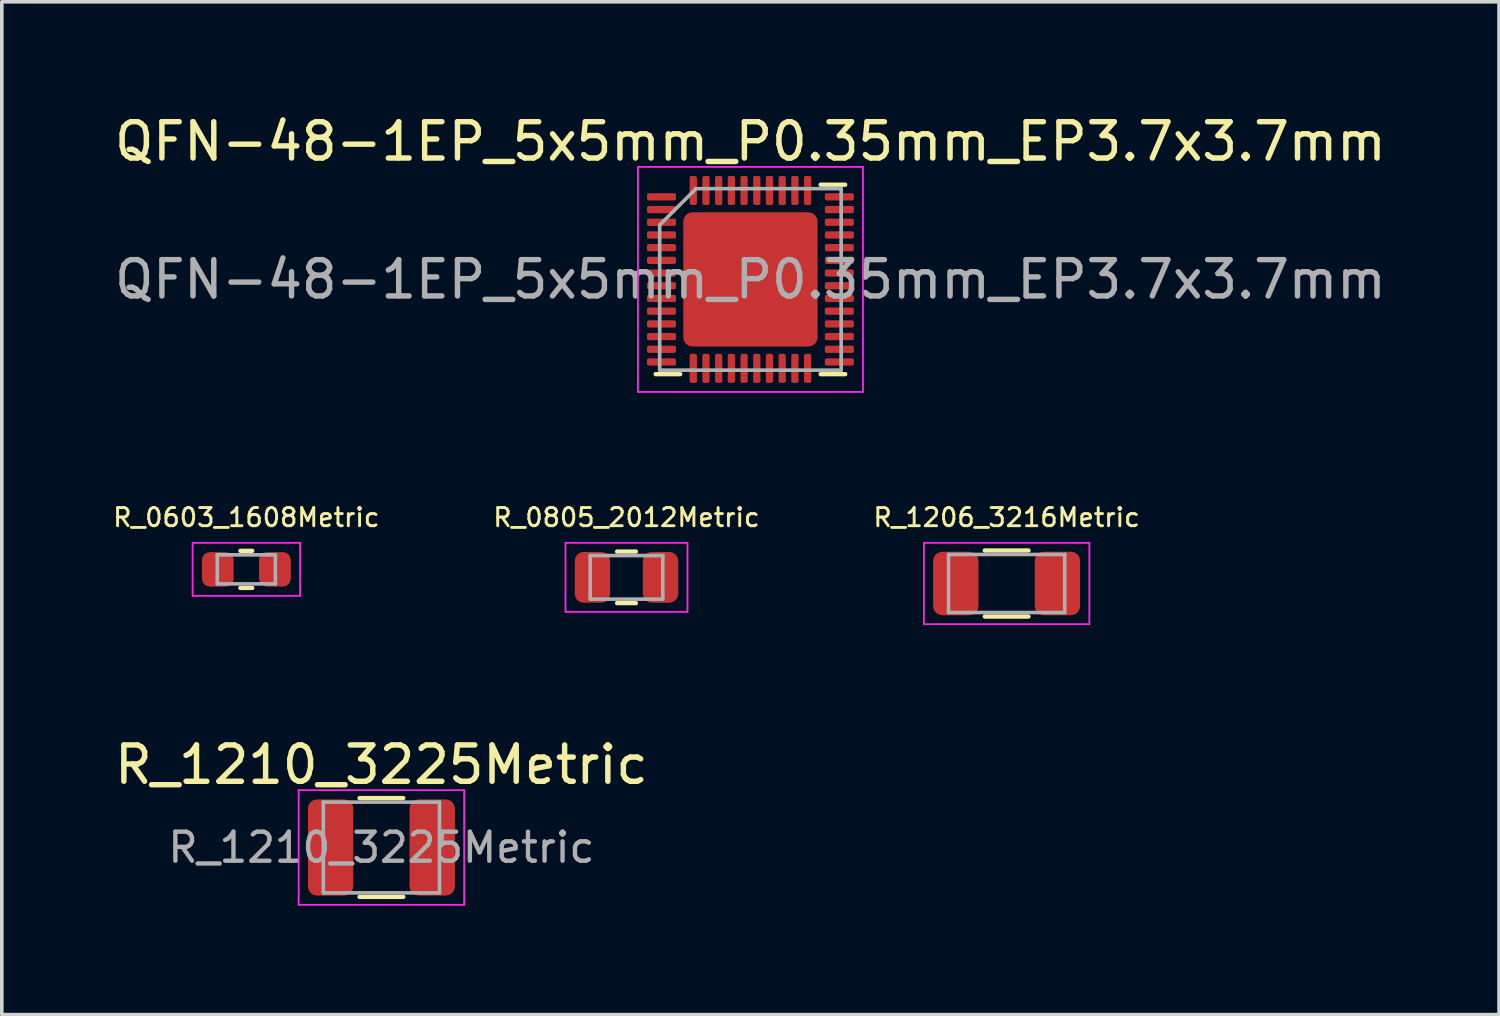
<source format=kicad_pcb>
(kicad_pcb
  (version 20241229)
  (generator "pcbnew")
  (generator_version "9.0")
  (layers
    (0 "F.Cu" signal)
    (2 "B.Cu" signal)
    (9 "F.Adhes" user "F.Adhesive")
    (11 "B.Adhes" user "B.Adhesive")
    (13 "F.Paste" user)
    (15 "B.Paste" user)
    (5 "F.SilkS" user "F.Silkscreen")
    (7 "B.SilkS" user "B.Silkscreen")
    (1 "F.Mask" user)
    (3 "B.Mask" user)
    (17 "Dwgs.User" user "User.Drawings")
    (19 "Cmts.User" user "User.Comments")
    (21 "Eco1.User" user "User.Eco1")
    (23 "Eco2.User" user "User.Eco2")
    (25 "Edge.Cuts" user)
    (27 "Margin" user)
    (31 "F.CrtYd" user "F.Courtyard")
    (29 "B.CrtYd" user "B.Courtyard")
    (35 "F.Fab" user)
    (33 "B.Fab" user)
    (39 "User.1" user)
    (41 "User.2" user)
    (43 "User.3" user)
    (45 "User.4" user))
  (footprint "QFN-48-1EP_5x5mm_P0.35mm_EP3.7x3.7mm"
    (layer "F.Cu")
    (at 17.625 4.648)
    (property "Reference" "QFN-48-1EP_5x5mm_P0.35mm_EP3.7x3.7mm" (at 0 -3.8 0) (layer "F.SilkS") (effects (font (size 1 1) (thickness 0.15))))
    (attr smd)
    (fp_line (start -1.935 2.61) (end -2.61 2.61) (stroke (width 0.12) (type solid)) (layer "F.SilkS"))
    (fp_line (start 1.935 -2.61) (end 2.61 -2.61) (stroke (width 0.12) (type solid)) (layer "F.SilkS"))
    (fp_line (start 1.935 2.61) (end 2.61 2.61) (stroke (width 0.12) (type solid)) (layer "F.SilkS"))
    (fp_line (start -3.1 -3.1) (end -3.1 3.1) (stroke (width 0.05) (type solid)) (layer "F.CrtYd"))
    (fp_line (start -3.1 3.1) (end 3.1 3.1) (stroke (width 0.05) (type solid)) (layer "F.CrtYd"))
    (fp_line (start 3.1 -3.1) (end -3.1 -3.1) (stroke (width 0.05) (type solid)) (layer "F.CrtYd"))
    (fp_line (start 3.1 3.1) (end 3.1 -3.1) (stroke (width 0.05) (type solid)) (layer "F.CrtYd"))
    (fp_line (start -2.5 -1.5) (end -1.5 -2.5) (stroke (width 0.1) (type solid)) (layer "F.Fab"))
    (fp_line (start -2.5 2.5) (end -2.5 -1.5) (stroke (width 0.1) (type solid)) (layer "F.Fab"))
    (fp_line (start -1.5 -2.5) (end 2.5 -2.5) (stroke (width 0.1) (type solid)) (layer "F.Fab"))
    (fp_line (start 2.5 -2.5) (end 2.5 2.5) (stroke (width 0.1) (type solid)) (layer "F.Fab"))
    (fp_line (start 2.5 2.5) (end -2.5 2.5) (stroke (width 0.1) (type solid)) (layer "F.Fab"))
    (fp_text user "${REFERENCE}" (at 0 0 0) (layer "F.Fab") (effects (font (size 1 1) (thickness 0.15))))
    (pad "" smd roundrect (at -1.23 -1.23) (size 0.99 0.99) (layers "F.Paste") (roundrect_rratio 0.25))
    (pad "" smd roundrect (at -1.23 0) (size 0.99 0.99) (layers "F.Paste") (roundrect_rratio 0.25))
    (pad "" smd roundrect (at -1.23 1.23) (size 0.99 0.99) (layers "F.Paste") (roundrect_rratio 0.25))
    (pad "" smd roundrect (at 0 -1.23) (size 0.99 0.99) (layers "F.Paste") (roundrect_rratio 0.25))
    (pad "" smd roundrect (at 0 0) (size 0.99 0.99) (layers "F.Paste") (roundrect_rratio 0.25))
    (pad "" smd roundrect (at 0 1.23) (size 0.99 0.99) (layers "F.Paste") (roundrect_rratio 0.25))
    (pad "" smd roundrect (at 1.23 -1.23) (size 0.99 0.99) (layers "F.Paste") (roundrect_rratio 0.25))
    (pad "" smd roundrect (at 1.23 0) (size 0.99 0.99) (layers "F.Paste") (roundrect_rratio 0.25))
    (pad "" smd roundrect (at 1.23 1.23) (size 0.99 0.99) (layers "F.Paste") (roundrect_rratio 0.25))
    (pad "0" smd roundrect (at 0 0) (size 3.7 3.7) (layers "F.Cu" "F.Mask") (roundrect_rratio 0.068))
    (pad "1" smd roundrect (at -2.45 -2.275) (size 0.8 0.2) (layers "F.Cu" "F.Mask" "F.Paste") (roundrect_rratio 0.25))
    (pad "2" smd roundrect (at -2.45 -1.925) (size 0.8 0.2) (layers "F.Cu" "F.Mask" "F.Paste") (roundrect_rratio 0.25))
    (pad "3" smd roundrect (at -2.45 -1.575) (size 0.8 0.2) (layers "F.Cu" "F.Mask" "F.Paste") (roundrect_rratio 0.25))
    (pad "4" smd roundrect (at -2.45 -1.225) (size 0.8 0.2) (layers "F.Cu" "F.Mask" "F.Paste") (roundrect_rratio 0.25))
    (pad "5" smd roundrect (at -2.45 -0.875) (size 0.8 0.2) (layers "F.Cu" "F.Mask" "F.Paste") (roundrect_rratio 0.25))
    (pad "6" smd roundrect (at -2.45 -0.525) (size 0.8 0.2) (layers "F.Cu" "F.Mask" "F.Paste") (roundrect_rratio 0.25))
    (pad "7" smd roundrect (at -2.45 -0.175) (size 0.8 0.2) (layers "F.Cu" "F.Mask" "F.Paste") (roundrect_rratio 0.25))
    (pad "8" smd roundrect (at -2.45 0.175) (size 0.8 0.2) (layers "F.Cu" "F.Mask" "F.Paste") (roundrect_rratio 0.25))
    (pad "9" smd roundrect (at -2.45 0.525) (size 0.8 0.2) (layers "F.Cu" "F.Mask" "F.Paste") (roundrect_rratio 0.25))
    (pad "10" smd roundrect (at -2.45 0.875) (size 0.8 0.2) (layers "F.Cu" "F.Mask" "F.Paste") (roundrect_rratio 0.25))
    (pad "11" smd roundrect (at -2.45 1.225) (size 0.8 0.2) (layers "F.Cu" "F.Mask" "F.Paste") (roundrect_rratio 0.25))
    (pad "12" smd roundrect (at -2.45 1.575) (size 0.8 0.2) (layers "F.Cu" "F.Mask" "F.Paste") (roundrect_rratio 0.25))
    (pad "13" smd roundrect (at -2.45 1.925) (size 0.8 0.2) (layers "F.Cu" "F.Mask" "F.Paste") (roundrect_rratio 0.25))
    (pad "14" smd roundrect (at -2.45 2.275) (size 0.8 0.2) (layers "F.Cu" "F.Mask" "F.Paste") (roundrect_rratio 0.25))
    (pad "15" smd roundrect (at -1.575 2.45) (size 0.2 0.8) (layers "F.Cu" "F.Mask" "F.Paste") (roundrect_rratio 0.25))
    (pad "16" smd roundrect (at -1.225 2.45) (size 0.2 0.8) (layers "F.Cu" "F.Mask" "F.Paste") (roundrect_rratio 0.25))
    (pad "17" smd roundrect (at -0.875 2.45) (size 0.2 0.8) (layers "F.Cu" "F.Mask" "F.Paste") (roundrect_rratio 0.25))
    (pad "18" smd roundrect (at -0.525 2.45) (size 0.2 0.8) (layers "F.Cu" "F.Mask" "F.Paste") (roundrect_rratio 0.25))
    (pad "19" smd roundrect (at -0.175 2.45) (size 0.2 0.8) (layers "F.Cu" "F.Mask" "F.Paste") (roundrect_rratio 0.25))
    (pad "20" smd roundrect (at 0.175 2.45) (size 0.2 0.8) (layers "F.Cu" "F.Mask" "F.Paste") (roundrect_rratio 0.25))
    (pad "21" smd roundrect (at 0.525 2.45) (size 0.2 0.8) (layers "F.Cu" "F.Mask" "F.Paste") (roundrect_rratio 0.25))
    (pad "22" smd roundrect (at 0.875 2.45) (size 0.2 0.8) (layers "F.Cu" "F.Mask" "F.Paste") (roundrect_rratio 0.25))
    (pad "23" smd roundrect (at 1.225 2.45) (size 0.2 0.8) (layers "F.Cu" "F.Mask" "F.Paste") (roundrect_rratio 0.25))
    (pad "24" smd roundrect (at 1.575 2.45) (size 0.2 0.8) (layers "F.Cu" "F.Mask" "F.Paste") (roundrect_rratio 0.25))
    (pad "25" smd roundrect (at 2.45 2.275) (size 0.8 0.2) (layers "F.Cu" "F.Mask" "F.Paste") (roundrect_rratio 0.25))
    (pad "26" smd roundrect (at 2.45 1.925) (size 0.8 0.2) (layers "F.Cu" "F.Mask" "F.Paste") (roundrect_rratio 0.25))
    (pad "27" smd roundrect (at 2.45 1.575) (size 0.8 0.2) (layers "F.Cu" "F.Mask" "F.Paste") (roundrect_rratio 0.25))
    (pad "28" smd roundrect (at 2.45 1.225) (size 0.8 0.2) (layers "F.Cu" "F.Mask" "F.Paste") (roundrect_rratio 0.25))
    (pad "29" smd roundrect (at 2.45 0.875) (size 0.8 0.2) (layers "F.Cu" "F.Mask" "F.Paste") (roundrect_rratio 0.25))
    (pad "30" smd roundrect (at 2.45 0.525) (size 0.8 0.2) (layers "F.Cu" "F.Mask" "F.Paste") (roundrect_rratio 0.25))
    (pad "31" smd roundrect (at 2.45 0.175) (size 0.8 0.2) (layers "F.Cu" "F.Mask" "F.Paste") (roundrect_rratio 0.25))
    (pad "32" smd roundrect (at 2.45 -0.175) (size 0.8 0.2) (layers "F.Cu" "F.Mask" "F.Paste") (roundrect_rratio 0.25))
    (pad "33" smd roundrect (at 2.45 -0.525) (size 0.8 0.2) (layers "F.Cu" "F.Mask" "F.Paste") (roundrect_rratio 0.25))
    (pad "34" smd roundrect (at 2.45 -0.875) (size 0.8 0.2) (layers "F.Cu" "F.Mask" "F.Paste") (roundrect_rratio 0.25))
    (pad "35" smd roundrect (at 2.45 -1.225) (size 0.8 0.2) (layers "F.Cu" "F.Mask" "F.Paste") (roundrect_rratio 0.25))
    (pad "36" smd roundrect (at 2.45 -1.575) (size 0.8 0.2) (layers "F.Cu" "F.Mask" "F.Paste") (roundrect_rratio 0.25))
    (pad "37" smd roundrect (at 2.45 -1.925) (size 0.8 0.2) (layers "F.Cu" "F.Mask" "F.Paste") (roundrect_rratio 0.25))
    (pad "38" smd roundrect (at 2.45 -2.275) (size 0.8 0.2) (layers "F.Cu" "F.Mask" "F.Paste") (roundrect_rratio 0.25))
    (pad "39" smd roundrect (at 1.575 -2.45) (size 0.2 0.8) (layers "F.Cu" "F.Mask" "F.Paste") (roundrect_rratio 0.25))
    (pad "40" smd roundrect (at 1.225 -2.45) (size 0.2 0.8) (layers "F.Cu" "F.Mask" "F.Paste") (roundrect_rratio 0.25))
    (pad "41" smd roundrect (at 0.875 -2.45) (size 0.2 0.8) (layers "F.Cu" "F.Mask" "F.Paste") (roundrect_rratio 0.25))
    (pad "42" smd roundrect (at 0.525 -2.45) (size 0.2 0.8) (layers "F.Cu" "F.Mask" "F.Paste") (roundrect_rratio 0.25))
    (pad "43" smd roundrect (at 0.175 -2.45) (size 0.2 0.8) (layers "F.Cu" "F.Mask" "F.Paste") (roundrect_rratio 0.25))
    (pad "44" smd roundrect (at -0.175 -2.45) (size 0.2 0.8) (layers "F.Cu" "F.Mask" "F.Paste") (roundrect_rratio 0.25))
    (pad "45" smd roundrect (at -0.525 -2.45) (size 0.2 0.8) (layers "F.Cu" "F.Mask" "F.Paste") (roundrect_rratio 0.25))
    (pad "46" smd roundrect (at -0.875 -2.45) (size 0.2 0.8) (layers "F.Cu" "F.Mask" "F.Paste") (roundrect_rratio 0.25))
    (pad "47" smd roundrect (at -1.225 -2.45) (size 0.2 0.8) (layers "F.Cu" "F.Mask" "F.Paste") (roundrect_rratio 0.25))
    (pad "48" smd roundrect (at -1.575 -2.45) (size 0.2 0.8) (layers "F.Cu" "F.Mask" "F.Paste") (roundrect_rratio 0.25)))
  (footprint "R_1206_3216Metric"
    (layer "F.Cu")
    (at 24.683 13.026)
    (property "Reference" "R_1206_3216Metric" (at 0 -1.82 0) (layer "F.SilkS") (effects (font (size 0.5 0.5) (thickness 0.08))))
    (attr smd)
    (fp_line (start -0.602 -0.91) (end 0.602 -0.91) (stroke (width 0.12) (type solid)) (layer "F.SilkS"))
    (fp_line (start -0.602 0.91) (end 0.602 0.91) (stroke (width 0.12) (type solid)) (layer "F.SilkS"))
    (fp_line (start -2.28 -1.12) (end 2.28 -1.12) (stroke (width 0.05) (type solid)) (layer "F.CrtYd"))
    (fp_line (start -2.28 1.12) (end -2.28 -1.12) (stroke (width 0.05) (type solid)) (layer "F.CrtYd"))
    (fp_line (start 2.28 -1.12) (end 2.28 1.12) (stroke (width 0.05) (type solid)) (layer "F.CrtYd"))
    (fp_line (start 2.28 1.12) (end -2.28 1.12) (stroke (width 0.05) (type solid)) (layer "F.CrtYd"))
    (fp_line (start -1.6 -0.8) (end 1.6 -0.8) (stroke (width 0.1) (type solid)) (layer "F.Fab"))
    (fp_line (start -1.6 0.8) (end -1.6 -0.8) (stroke (width 0.1) (type solid)) (layer "F.Fab"))
    (fp_line (start 1.6 -0.8) (end 1.6 0.8) (stroke (width 0.1) (type solid)) (layer "F.Fab"))
    (fp_line (start 1.6 0.8) (end -1.6 0.8) (stroke (width 0.1) (type solid)) (layer "F.Fab"))
    (pad "1" smd roundrect (at -1.4 0) (size 1.25 1.75) (layers "F.Cu" "F.Mask" "F.Paste") (roundrect_rratio 0.2))
    (pad "2" smd roundrect (at 1.4 0) (size 1.25 1.75) (layers "F.Cu" "F.Mask" "F.Paste") (roundrect_rratio 0.2)))
  (footprint "R_1210_3225Metric"
    (layer "F.Cu")
    (at 7.458 20.299)
    (property "Reference" "R_1210_3225Metric" (at 0 -2.28 0) (layer "F.SilkS") (effects (font (size 1 1) (thickness 0.15))))
    (attr smd)
    (fp_line (start -0.602 -1.36) (end 0.602 -1.36) (stroke (width 0.12) (type solid)) (layer "F.SilkS"))
    (fp_line (start -0.602 1.36) (end 0.602 1.36) (stroke (width 0.12) (type solid)) (layer "F.SilkS"))
    (fp_line (start -2.28 -1.58) (end 2.28 -1.58) (stroke (width 0.05) (type solid)) (layer "F.CrtYd"))
    (fp_line (start -2.28 1.58) (end -2.28 -1.58) (stroke (width 0.05) (type solid)) (layer "F.CrtYd"))
    (fp_line (start 2.28 -1.58) (end 2.28 1.58) (stroke (width 0.05) (type solid)) (layer "F.CrtYd"))
    (fp_line (start 2.28 1.58) (end -2.28 1.58) (stroke (width 0.05) (type solid)) (layer "F.CrtYd"))
    (fp_line (start -1.6 -1.25) (end 1.6 -1.25) (stroke (width 0.1) (type solid)) (layer "F.Fab"))
    (fp_line (start -1.6 1.25) (end -1.6 -1.25) (stroke (width 0.1) (type solid)) (layer "F.Fab"))
    (fp_line (start 1.6 -1.25) (end 1.6 1.25) (stroke (width 0.1) (type solid)) (layer "F.Fab"))
    (fp_line (start 1.6 1.25) (end -1.6 1.25) (stroke (width 0.1) (type solid)) (layer "F.Fab"))
    (fp_text user "${REFERENCE}" (at 0 0 0) (layer "F.Fab") (effects (font (size 0.8 0.8) (thickness 0.12))))
    (pad "1" smd roundrect (at -1.4 0) (size 1.25 2.65) (layers "F.Cu" "F.Mask" "F.Paste") (roundrect_rratio 0.2))
    (pad "2" smd roundrect (at 1.4 0) (size 1.25 2.65) (layers "F.Cu" "F.Mask" "F.Paste") (roundrect_rratio 0.2)))
  (footprint "R_0805_2012Metric"
    (layer "F.Cu")
    (at 14.21 12.856)
    (property "Reference" "R_0805_2012Metric" (at 0 -1.65 0) (layer "F.SilkS") (effects (font (size 0.5 0.5) (thickness 0.08))))
    (attr smd)
    (fp_line (start -0.259 -0.71) (end 0.259 -0.71) (stroke (width 0.12) (type solid)) (layer "F.SilkS"))
    (fp_line (start -0.259 0.71) (end 0.259 0.71) (stroke (width 0.12) (type solid)) (layer "F.SilkS"))
    (fp_line (start -1.68 -0.95) (end 1.68 -0.95) (stroke (width 0.05) (type solid)) (layer "F.CrtYd"))
    (fp_line (start -1.68 0.95) (end -1.68 -0.95) (stroke (width 0.05) (type solid)) (layer "F.CrtYd"))
    (fp_line (start 1.68 -0.95) (end 1.68 0.95) (stroke (width 0.05) (type solid)) (layer "F.CrtYd"))
    (fp_line (start 1.68 0.95) (end -1.68 0.95) (stroke (width 0.05) (type solid)) (layer "F.CrtYd"))
    (fp_line (start -1 -0.6) (end 1 -0.6) (stroke (width 0.1) (type solid)) (layer "F.Fab"))
    (fp_line (start -1 0.6) (end -1 -0.6) (stroke (width 0.1) (type solid)) (layer "F.Fab"))
    (fp_line (start 1 -0.6) (end 1 0.6) (stroke (width 0.1) (type solid)) (layer "F.Fab"))
    (fp_line (start 1 0.6) (end -1 0.6) (stroke (width 0.1) (type solid)) (layer "F.Fab"))
    (pad "1" smd roundrect (at -0.938 0) (size 0.975 1.4) (layers "F.Cu" "F.Mask" "F.Paste") (roundrect_rratio 0.25))
    (pad "2" smd roundrect (at 0.938 0) (size 0.975 1.4) (layers "F.Cu" "F.Mask" "F.Paste") (roundrect_rratio 0.25)))
  (footprint "R_0603_1608Metric"
    (layer "F.Cu")
    (at 3.737 12.636)
    (property "Reference" "R_0603_1608Metric" (at 0 -1.43 0) (layer "F.SilkS") (effects (font (size 0.5 0.5) (thickness 0.08))))
    (attr smd)
    (fp_line (start -0.163 -0.51) (end 0.163 -0.51) (stroke (width 0.12) (type solid)) (layer "F.SilkS"))
    (fp_line (start -0.163 0.51) (end 0.163 0.51) (stroke (width 0.12) (type solid)) (layer "F.SilkS"))
    (fp_line (start -1.48 -0.73) (end 1.48 -0.73) (stroke (width 0.05) (type solid)) (layer "F.CrtYd"))
    (fp_line (start -1.48 0.73) (end -1.48 -0.73) (stroke (width 0.05) (type solid)) (layer "F.CrtYd"))
    (fp_line (start 1.48 -0.73) (end 1.48 0.73) (stroke (width 0.05) (type solid)) (layer "F.CrtYd"))
    (fp_line (start 1.48 0.73) (end -1.48 0.73) (stroke (width 0.05) (type solid)) (layer "F.CrtYd"))
    (fp_line (start -0.8 -0.4) (end 0.8 -0.4) (stroke (width 0.1) (type solid)) (layer "F.Fab"))
    (fp_line (start -0.8 0.4) (end -0.8 -0.4) (stroke (width 0.1) (type solid)) (layer "F.Fab"))
    (fp_line (start 0.8 -0.4) (end 0.8 0.4) (stroke (width 0.1) (type solid)) (layer "F.Fab"))
    (fp_line (start 0.8 0.4) (end -0.8 0.4) (stroke (width 0.1) (type solid)) (layer "F.Fab"))
    (pad "1" smd roundrect (at -0.787 0) (size 0.875 0.95) (layers "F.Cu" "F.Mask" "F.Paste") (roundrect_rratio 0.25))
    (pad "2" smd roundrect (at 0.787 0) (size 0.875 0.95) (layers "F.Cu" "F.Mask" "F.Paste") (roundrect_rratio 0.25)))
  (gr_rect
    (start -3 -3)
    (end 38.25 24.904)
    (stroke (width 0.1) (type default))
    (fill no)
    (layer "Edge.Cuts")))
</source>
